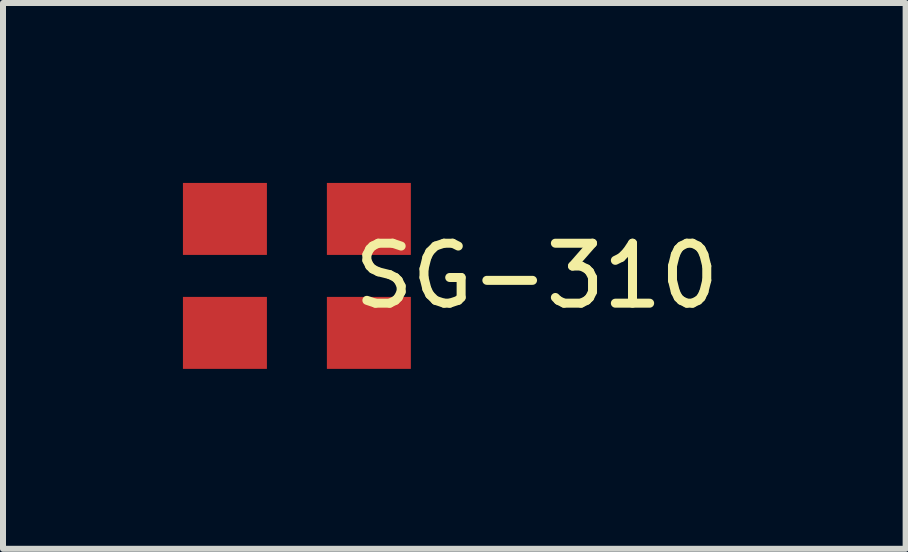
<source format=kicad_pcb>
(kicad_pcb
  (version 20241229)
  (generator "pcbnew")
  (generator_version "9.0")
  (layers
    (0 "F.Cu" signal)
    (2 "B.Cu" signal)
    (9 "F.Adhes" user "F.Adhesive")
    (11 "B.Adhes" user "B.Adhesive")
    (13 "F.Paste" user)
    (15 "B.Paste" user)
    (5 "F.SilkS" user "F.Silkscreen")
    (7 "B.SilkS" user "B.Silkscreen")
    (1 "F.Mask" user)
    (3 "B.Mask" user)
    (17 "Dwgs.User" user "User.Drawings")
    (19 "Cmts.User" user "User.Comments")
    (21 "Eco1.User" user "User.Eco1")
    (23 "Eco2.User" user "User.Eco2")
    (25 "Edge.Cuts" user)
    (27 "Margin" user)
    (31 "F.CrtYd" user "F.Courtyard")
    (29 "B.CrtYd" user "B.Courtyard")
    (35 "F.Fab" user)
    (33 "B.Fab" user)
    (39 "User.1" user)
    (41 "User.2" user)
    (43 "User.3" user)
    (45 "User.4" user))
  (footprint "SG-310"
    (layer "F.Cu")
    (at 1.9 1.55)
    (property "Reference" "SG-310" (at 4 0 0) (layer "F.SilkS") (effects (font (size 1 1) (thickness 0.15))))
    (attr through_hole)
    (pad "1" smd rect (at -1.2 0.95) (size 1.4 1.2) (layers "F.Cu" "F.Mask" "F.Paste"))
    (pad "2" smd rect (at 1.2 0.95) (size 1.4 1.2) (layers "F.Cu" "F.Mask" "F.Paste"))
    (pad "3" smd rect (at 1.2 -0.95) (size 1.4 1.2) (layers "F.Cu" "F.Mask" "F.Paste"))
    (pad "4" smd rect (at -1.2 -0.95) (size 1.4 1.2) (layers "F.Cu" "F.Mask" "F.Paste")))
  (gr_rect
    (start -3 -3)
    (end 12.049 6.1)
    (stroke (width 0.1) (type default))
    (fill no)
    (layer "Edge.Cuts")))
</source>
